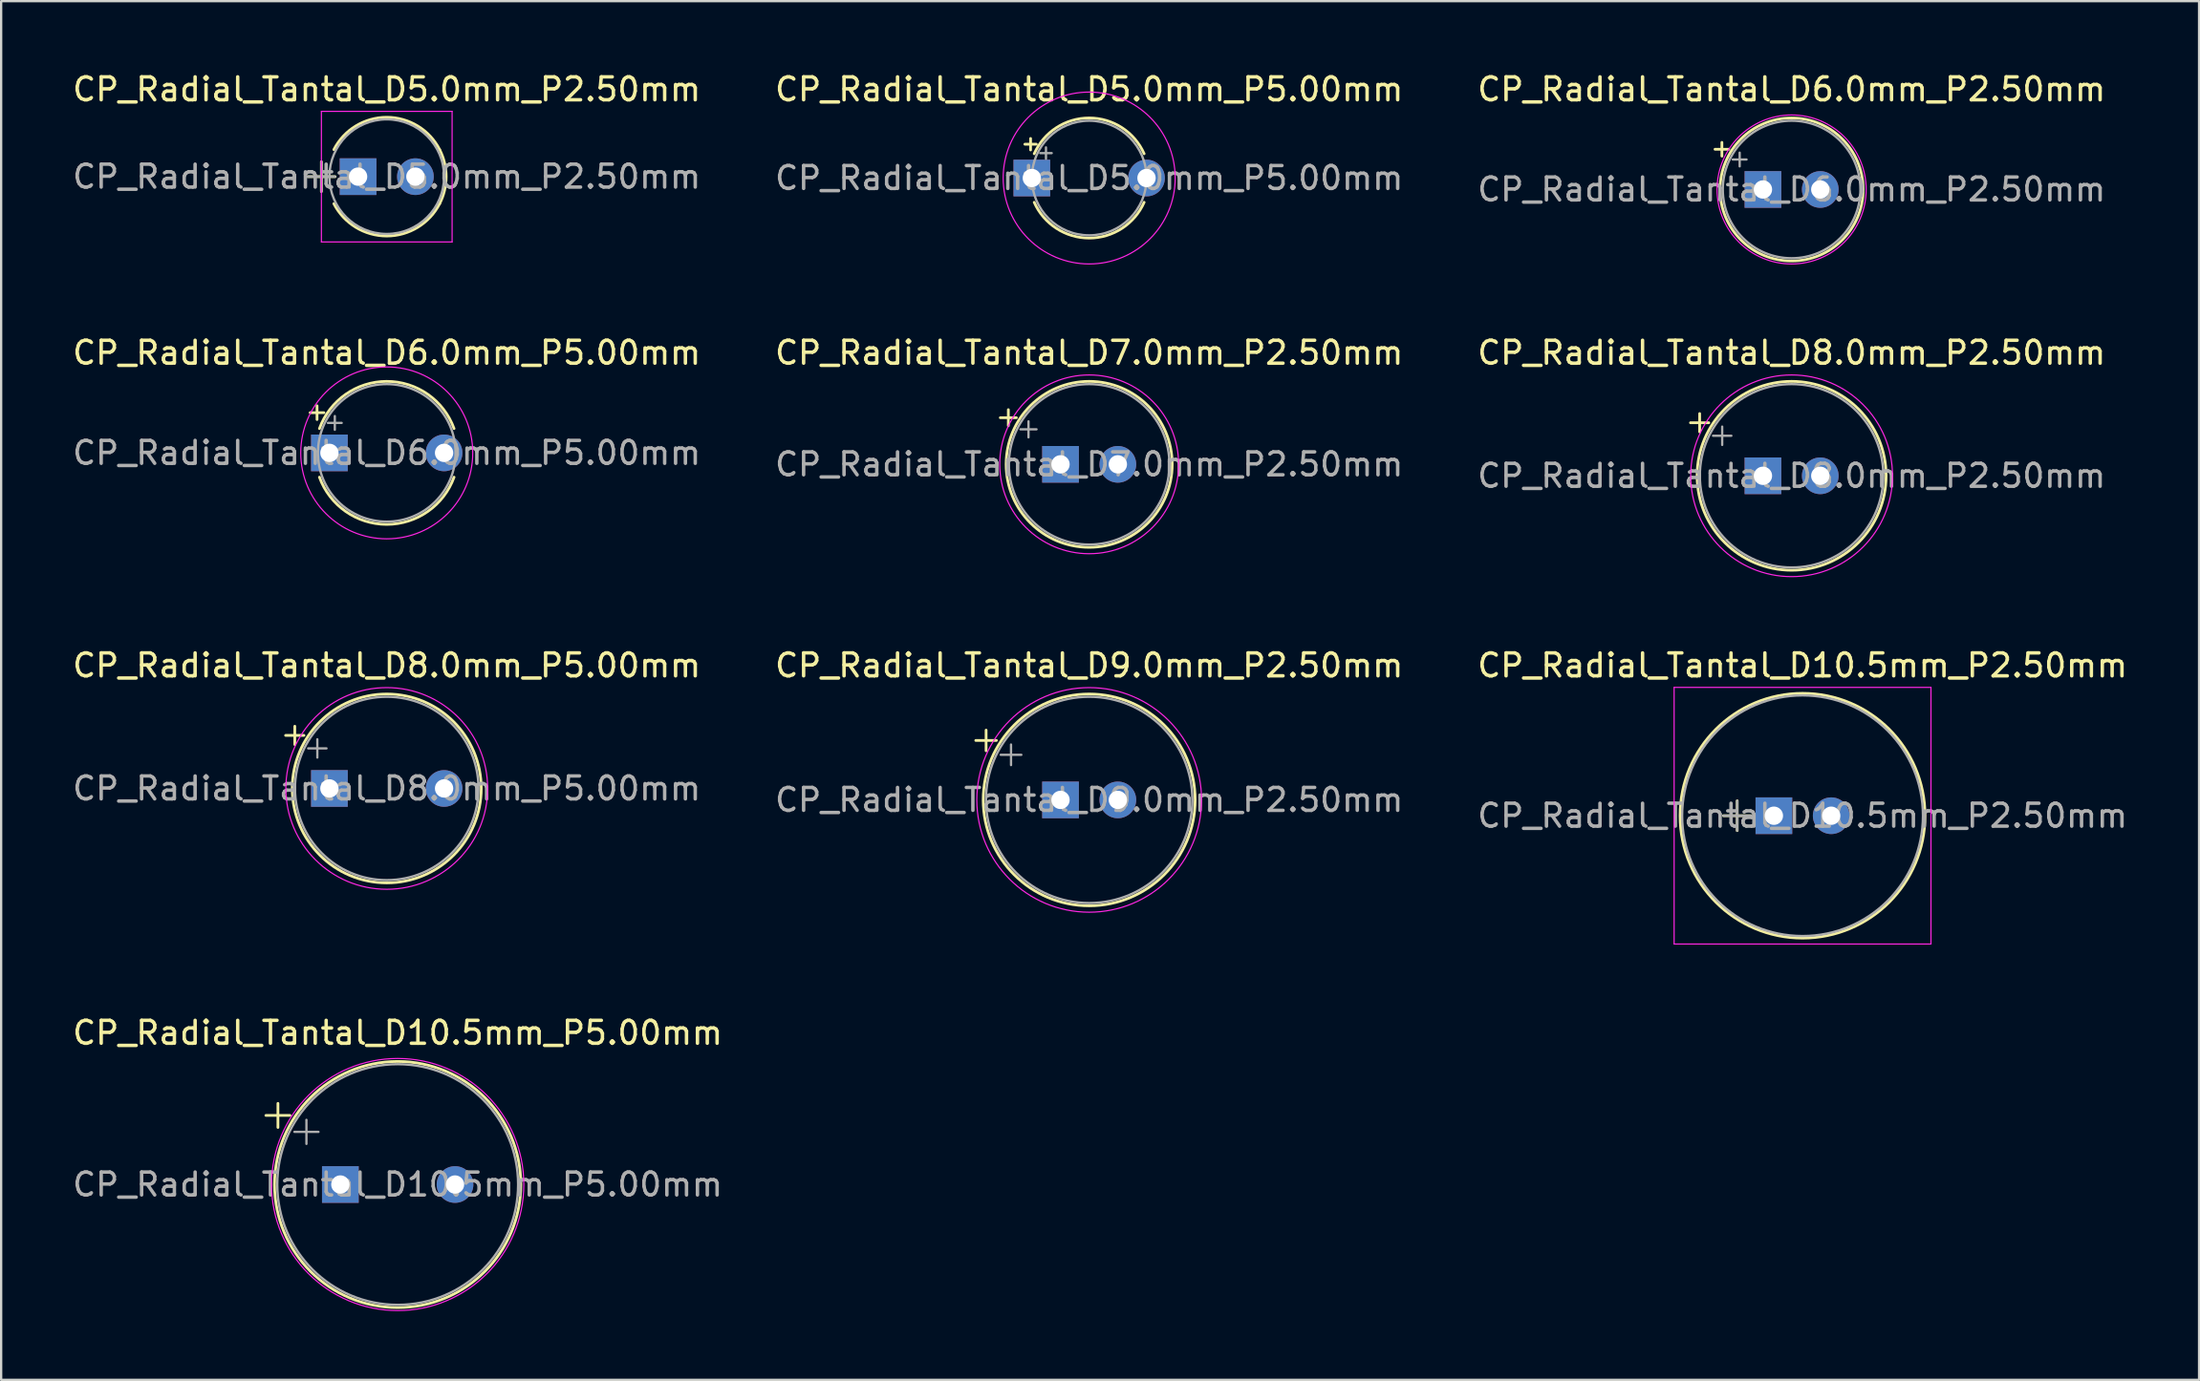
<source format=kicad_pcb>
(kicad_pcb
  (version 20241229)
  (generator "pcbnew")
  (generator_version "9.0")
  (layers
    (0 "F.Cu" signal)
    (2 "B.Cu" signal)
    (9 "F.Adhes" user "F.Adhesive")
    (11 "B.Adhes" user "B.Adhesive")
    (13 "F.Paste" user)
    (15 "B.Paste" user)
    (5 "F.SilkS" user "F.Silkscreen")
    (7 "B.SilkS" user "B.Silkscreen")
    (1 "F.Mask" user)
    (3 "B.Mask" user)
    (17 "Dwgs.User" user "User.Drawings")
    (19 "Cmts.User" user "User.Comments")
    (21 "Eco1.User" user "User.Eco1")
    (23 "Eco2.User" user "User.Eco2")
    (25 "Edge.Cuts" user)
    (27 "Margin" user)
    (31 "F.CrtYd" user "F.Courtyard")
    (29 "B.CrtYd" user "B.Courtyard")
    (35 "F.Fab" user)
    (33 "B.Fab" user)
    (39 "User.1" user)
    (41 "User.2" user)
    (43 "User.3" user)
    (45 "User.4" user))
  (footprint "CP_Radial_Tantal_D10.5mm_P2.50mm"
    (layer "F.Cu")
    (at 74.304 32.545)
    (property "Reference" "CP_Radial_Tantal_D10.5mm_P2.50mm" (at 1.25 -6.56 0) (layer "F.SilkS") (effects (font (size 1 1) (thickness 0.15))))
    (attr through_hole)
    (fp_line (start -2.2 0) (end -1 0) (stroke (width 0.12) (type solid)) (layer "F.SilkS"))
    (fp_line (start -1.6 -0.65) (end -1.6 0.65) (stroke (width 0.12) (type solid)) (layer "F.SilkS"))
    (fp_circle (center 1.25 0) (end 6.59 0) (stroke (width 0.12) (type solid)) (fill no) (layer "F.SilkS"))
    (fp_line (start -4.35 -5.6) (end -4.35 5.6) (stroke (width 0.05) (type solid)) (layer "F.CrtYd"))
    (fp_line (start -4.35 5.6) (end 6.85 5.6) (stroke (width 0.05) (type solid)) (layer "F.CrtYd"))
    (fp_line (start 6.85 -5.6) (end -4.35 -5.6) (stroke (width 0.05) (type solid)) (layer "F.CrtYd"))
    (fp_line (start 6.85 5.6) (end 6.85 -5.6) (stroke (width 0.05) (type solid)) (layer "F.CrtYd"))
    (fp_line (start -2.2 0) (end -1 0) (stroke (width 0.1) (type solid)) (layer "F.Fab"))
    (fp_line (start -1.6 -0.65) (end -1.6 0.65) (stroke (width 0.1) (type solid)) (layer "F.Fab"))
    (fp_circle (center 1.25 0) (end 6.5 0) (stroke (width 0.1) (type solid)) (fill no) (layer "F.Fab"))
    (fp_text user "${REFERENCE}" (at 1.25 0 0) (layer "F.Fab") (effects (font (size 1 1) (thickness 0.15))))
    (pad "1" thru_hole rect (at 0 0) (size 1.6 1.6) (drill 0.8) (layers "*.Cu" "*.Mask"))
    (pad "2" thru_hole circle (at 2.5 0) (size 1.6 1.6) (drill 0.8) (layers "*.Cu" "*.Mask")))
  (footprint "CP_Radial_Tantal_D10.5mm_P5.00mm"
    (layer "F.Cu")
    (at 11.792 48.638)
    (property "Reference" "CP_Radial_Tantal_D10.5mm_P5.00mm" (at 2.5 -6.62 0) (layer "F.SilkS") (effects (font (size 1 1) (thickness 0.15))))
    (attr through_hole)
    (fp_line (start -3.247 -3.015) (end -2.197 -3.015) (stroke (width 0.12) (type solid)) (layer "F.SilkS"))
    (fp_line (start -2.722 -3.54) (end -2.722 -2.49) (stroke (width 0.12) (type solid)) (layer "F.SilkS"))
    (fp_circle (center 2.5 0) (end 7.87 0) (stroke (width 0.12) (type solid)) (fill no) (layer "F.SilkS"))
    (fp_circle (center 2.5 0) (end 8 0) (stroke (width 0.05) (type solid)) (fill no) (layer "F.CrtYd"))
    (fp_line (start -2.004 -2.297) (end -0.954 -2.297) (stroke (width 0.1) (type solid)) (layer "F.Fab"))
    (fp_line (start -1.479 -2.822) (end -1.479 -1.772) (stroke (width 0.1) (type solid)) (layer "F.Fab"))
    (fp_circle (center 2.5 0) (end 7.75 0) (stroke (width 0.1) (type solid)) (fill no) (layer "F.Fab"))
    (fp_text user "${REFERENCE}" (at 2.5 0 0) (layer "F.Fab") (effects (font (size 1 1) (thickness 0.15))))
    (pad "1" thru_hole rect (at 0 0) (size 1.6 1.6) (drill 0.8) (layers "*.Cu" "*.Mask"))
    (pad "2" thru_hole circle (at 5 0) (size 1.6 1.6) (drill 0.8) (layers "*.Cu" "*.Mask")))
  (footprint "CP_Radial_Tantal_D6.0mm_P2.50mm"
    (layer "F.Cu")
    (at 73.827 5.218)
    (property "Reference" "CP_Radial_Tantal_D6.0mm_P2.50mm" (at 1.25 -4.37 0) (layer "F.SilkS") (effects (font (size 1 1) (thickness 0.15))))
    (attr through_hole)
    (fp_line (start -2.09 -1.755) (end -1.49 -1.755) (stroke (width 0.12) (type solid)) (layer "F.SilkS"))
    (fp_line (start -1.79 -2.055) (end -1.79 -1.455) (stroke (width 0.12) (type solid)) (layer "F.SilkS"))
    (fp_circle (center 1.25 0) (end 4.37 0) (stroke (width 0.12) (type solid)) (fill no) (layer "F.SilkS"))
    (fp_circle (center 1.25 0) (end 4.5 0) (stroke (width 0.05) (type solid)) (fill no) (layer "F.CrtYd"))
    (fp_line (start -1.315 -1.308) (end -0.715 -1.308) (stroke (width 0.1) (type solid)) (layer "F.Fab"))
    (fp_line (start -1.015 -1.607) (end -1.015 -1.008) (stroke (width 0.1) (type solid)) (layer "F.Fab"))
    (fp_circle (center 1.25 0) (end 4.25 0) (stroke (width 0.1) (type solid)) (fill no) (layer "F.Fab"))
    (fp_text user "${REFERENCE}" (at 1.25 0 0) (layer "F.Fab") (effects (font (size 1 1) (thickness 0.15))))
    (pad "1" thru_hole rect (at 0 0) (size 1.6 1.6) (drill 0.8) (layers "*.Cu" "*.Mask"))
    (pad "2" thru_hole circle (at 2.5 0) (size 1.6 1.6) (drill 0.8) (layers "*.Cu" "*.Mask")))
  (footprint "CP_Radial_Tantal_D6.0mm_P5.00mm"
    (layer "F.Cu")
    (at 11.315 16.712)
    (property "Reference" "CP_Radial_Tantal_D6.0mm_P5.00mm" (at 2.5 -4.37 0) (layer "F.SilkS") (effects (font (size 1 1) (thickness 0.15))))
    (attr through_hole)
    (fp_line (start -0.84 -1.755) (end -0.24 -1.755) (stroke (width 0.12) (type solid)) (layer "F.SilkS"))
    (fp_line (start -0.54 -2.055) (end -0.54 -1.455) (stroke (width 0.12) (type solid)) (layer "F.SilkS"))
    (fp_arc (start -0.434416 -1.06) (mid 2.5 -3.12) (end 5.434416 -1.06) (stroke (width 0.12) (type solid)) (layer "F.SilkS"))
    (fp_arc (start 5.434416 1.06) (mid 2.5 3.12) (end -0.434416 1.06) (stroke (width 0.12) (type solid)) (layer "F.SilkS"))
    (fp_circle (center 2.5 0) (end 6.25 0) (stroke (width 0.05) (type solid)) (fill no) (layer "F.CrtYd"))
    (fp_line (start -0.065 -1.308) (end 0.535 -1.308) (stroke (width 0.1) (type solid)) (layer "F.Fab"))
    (fp_line (start 0.235 -1.607) (end 0.235 -1.008) (stroke (width 0.1) (type solid)) (layer "F.Fab"))
    (fp_circle (center 2.5 0) (end 5.5 0) (stroke (width 0.1) (type solid)) (fill no) (layer "F.Fab"))
    (fp_text user "${REFERENCE}" (at 2.5 0 0) (layer "F.Fab") (effects (font (size 1 1) (thickness 0.15))))
    (pad "1" thru_hole rect (at 0 0) (size 1.6 1.6) (drill 0.8) (layers "*.Cu" "*.Mask"))
    (pad "2" thru_hole circle (at 5 0) (size 1.6 1.6) (drill 0.8) (layers "*.Cu" "*.Mask")))
  (footprint "CP_Radial_Tantal_D9.0mm_P2.50mm"
    (layer "F.Cu")
    (at 43.196 31.855)
    (property "Reference" "CP_Radial_Tantal_D9.0mm_P2.50mm" (at 1.25 -5.87 0) (layer "F.SilkS") (effects (font (size 1 1) (thickness 0.15))))
    (attr through_hole)
    (fp_line (start -3.695 -2.595) (end -2.795 -2.595) (stroke (width 0.12) (type solid)) (layer "F.SilkS"))
    (fp_line (start -3.245 -3.045) (end -3.245 -2.145) (stroke (width 0.12) (type solid)) (layer "F.SilkS"))
    (fp_circle (center 1.25 0) (end 5.87 0) (stroke (width 0.12) (type solid)) (fill no) (layer "F.SilkS"))
    (fp_circle (center 1.25 0) (end 6.15 0) (stroke (width 0.05) (type solid)) (fill no) (layer "F.CrtYd"))
    (fp_line (start -2.608 -1.968) (end -1.708 -1.968) (stroke (width 0.1) (type solid)) (layer "F.Fab"))
    (fp_line (start -2.158 -2.417) (end -2.158 -1.518) (stroke (width 0.1) (type solid)) (layer "F.Fab"))
    (fp_circle (center 1.25 0) (end 5.75 0) (stroke (width 0.1) (type solid)) (fill no) (layer "F.Fab"))
    (fp_text user "${REFERENCE}" (at 1.25 0 0) (layer "F.Fab") (effects (font (size 1 1) (thickness 0.15))))
    (pad "1" thru_hole rect (at 0 0) (size 1.6 1.6) (drill 0.8) (layers "*.Cu" "*.Mask"))
    (pad "2" thru_hole circle (at 2.5 0) (size 1.6 1.6) (drill 0.8) (layers "*.Cu" "*.Mask")))
  (footprint "CP_Radial_Tantal_D7.0mm_P2.50mm"
    (layer "F.Cu")
    (at 43.196 17.212)
    (property "Reference" "CP_Radial_Tantal_D7.0mm_P2.50mm" (at 1.25 -4.87 0) (layer "F.SilkS") (effects (font (size 1 1) (thickness 0.15))))
    (attr through_hole)
    (fp_line (start -2.625 -2.035) (end -1.925 -2.035) (stroke (width 0.12) (type solid)) (layer "F.SilkS"))
    (fp_line (start -2.275 -2.385) (end -2.275 -1.685) (stroke (width 0.12) (type solid)) (layer "F.SilkS"))
    (fp_circle (center 1.25 0) (end 4.87 0) (stroke (width 0.12) (type solid)) (fill no) (layer "F.SilkS"))
    (fp_circle (center 1.25 0) (end 5.15 0) (stroke (width 0.05) (type solid)) (fill no) (layer "F.CrtYd"))
    (fp_line (start -1.746 -1.528) (end -1.046 -1.528) (stroke (width 0.1) (type solid)) (layer "F.Fab"))
    (fp_line (start -1.396 -1.877) (end -1.396 -1.177) (stroke (width 0.1) (type solid)) (layer "F.Fab"))
    (fp_circle (center 1.25 0) (end 4.75 0) (stroke (width 0.1) (type solid)) (fill no) (layer "F.Fab"))
    (fp_text user "${REFERENCE}" (at 1.25 0 0) (layer "F.Fab") (effects (font (size 1 1) (thickness 0.15))))
    (pad "1" thru_hole rect (at 0 0) (size 1.6 1.6) (drill 0.8) (layers "*.Cu" "*.Mask"))
    (pad "2" thru_hole circle (at 2.5 0) (size 1.6 1.6) (drill 0.8) (layers "*.Cu" "*.Mask")))
  (footprint "CP_Radial_Tantal_D5.0mm_P5.00mm"
    (layer "F.Cu")
    (at 41.946 4.718)
    (property "Reference" "CP_Radial_Tantal_D5.0mm_P5.00mm" (at 2.5 -3.87 0) (layer "F.SilkS") (effects (font (size 1 1) (thickness 0.15))))
    (attr through_hole)
    (fp_line (start -0.305 -1.475) (end 0.195 -1.475) (stroke (width 0.12) (type solid)) (layer "F.SilkS"))
    (fp_line (start -0.055 -1.725) (end -0.055 -1.225) (stroke (width 0.12) (type solid)) (layer "F.SilkS"))
    (fp_arc (start 0.104003 -1.06) (mid 2.5 -2.62) (end 4.895997 -1.06) (stroke (width 0.12) (type solid)) (layer "F.SilkS"))
    (fp_arc (start 4.895997 1.06) (mid 2.5 2.62) (end 0.104003 1.06) (stroke (width 0.12) (type solid)) (layer "F.SilkS"))
    (fp_circle (center 2.5 0) (end 6.25 0) (stroke (width 0.05) (type solid)) (fill no) (layer "F.CrtYd"))
    (fp_line (start 0.366 -1.087) (end 0.866 -1.087) (stroke (width 0.1) (type solid)) (layer "F.Fab"))
    (fp_line (start 0.616 -1.337) (end 0.616 -0.838) (stroke (width 0.1) (type solid)) (layer "F.Fab"))
    (fp_circle (center 2.5 0) (end 5 0) (stroke (width 0.1) (type solid)) (fill no) (layer "F.Fab"))
    (fp_text user "${REFERENCE}" (at 2.5 0 0) (layer "F.Fab") (effects (font (size 1 1) (thickness 0.15))))
    (pad "1" thru_hole rect (at 0 0) (size 1.6 1.6) (drill 0.8) (layers "*.Cu" "*.Mask"))
    (pad "2" thru_hole circle (at 5 0) (size 1.6 1.6) (drill 0.8) (layers "*.Cu" "*.Mask")))
  (footprint "CP_Radial_Tantal_D5.0mm_P2.50mm"
    (layer "F.Cu")
    (at 12.565 4.658)
    (property "Reference" "CP_Radial_Tantal_D5.0mm_P2.50mm" (at 1.25 -3.81 0) (layer "F.SilkS") (effects (font (size 1 1) (thickness 0.15))))
    (attr through_hole)
    (fp_line (start -2.2 0) (end -1 0) (stroke (width 0.12) (type solid)) (layer "F.SilkS"))
    (fp_line (start -1.6 -0.65) (end -1.6 0.65) (stroke (width 0.12) (type solid)) (layer "F.SilkS"))
    (fp_arc (start -1.05558 -1.18) (mid 1.250156 -2.59) (end 3.555722 -1.179722) (stroke (width 0.12) (type solid)) (layer "F.SilkS"))
    (fp_arc (start 3.55558 -1.18) (mid 3.84 -0.000156) (end 3.555722 1.179722) (stroke (width 0.12) (type solid)) (layer "F.SilkS"))
    (fp_arc (start 3.555722 1.179722) (mid 1.250156 2.59) (end -1.05558 1.18) (stroke (width 0.12) (type solid)) (layer "F.SilkS"))
    (fp_line (start -1.6 -2.85) (end -1.6 2.85) (stroke (width 0.05) (type solid)) (layer "F.CrtYd"))
    (fp_line (start -1.6 2.85) (end 4.1 2.85) (stroke (width 0.05) (type solid)) (layer "F.CrtYd"))
    (fp_line (start 4.1 -2.85) (end -1.6 -2.85) (stroke (width 0.05) (type solid)) (layer "F.CrtYd"))
    (fp_line (start 4.1 2.85) (end 4.1 -2.85) (stroke (width 0.05) (type solid)) (layer "F.CrtYd"))
    (fp_line (start -2.2 0) (end -1 0) (stroke (width 0.1) (type solid)) (layer "F.Fab"))
    (fp_line (start -1.6 -0.65) (end -1.6 0.65) (stroke (width 0.1) (type solid)) (layer "F.Fab"))
    (fp_circle (center 1.25 0) (end 3.75 0) (stroke (width 0.1) (type solid)) (fill no) (layer "F.Fab"))
    (fp_text user "${REFERENCE}" (at 1.25 0 0) (layer "F.Fab") (effects (font (size 1 1) (thickness 0.15))))
    (pad "1" thru_hole rect (at 0 0) (size 1.6 1.6) (drill 0.8) (layers "*.Cu" "*.Mask"))
    (pad "2" thru_hole circle (at 2.5 0) (size 1.6 1.6) (drill 0.8) (layers "*.Cu" "*.Mask")))
  (footprint "CP_Radial_Tantal_D8.0mm_P5.00mm"
    (layer "F.Cu")
    (at 11.315 31.355)
    (property "Reference" "CP_Radial_Tantal_D8.0mm_P5.00mm" (at 2.5 -5.37 0) (layer "F.SilkS") (effects (font (size 1 1) (thickness 0.15))))
    (attr through_hole)
    (fp_line (start -1.91 -2.315) (end -1.11 -2.315) (stroke (width 0.12) (type solid)) (layer "F.SilkS"))
    (fp_line (start -1.51 -2.715) (end -1.51 -1.915) (stroke (width 0.12) (type solid)) (layer "F.SilkS"))
    (fp_circle (center 2.5 0) (end 6.62 0) (stroke (width 0.12) (type solid)) (fill no) (layer "F.SilkS"))
    (fp_circle (center 2.5 0) (end 6.9 0) (stroke (width 0.05) (type solid)) (fill no) (layer "F.CrtYd"))
    (fp_line (start -0.927 -1.748) (end -0.127 -1.748) (stroke (width 0.1) (type solid)) (layer "F.Fab"))
    (fp_line (start -0.527 -2.147) (end -0.527 -1.347) (stroke (width 0.1) (type solid)) (layer "F.Fab"))
    (fp_circle (center 2.5 0) (end 6.5 0) (stroke (width 0.1) (type solid)) (fill no) (layer "F.Fab"))
    (fp_text user "${REFERENCE}" (at 2.5 0 0) (layer "F.Fab") (effects (font (size 1 1) (thickness 0.15))))
    (pad "1" thru_hole rect (at 0 0) (size 1.6 1.6) (drill 0.8) (layers "*.Cu" "*.Mask"))
    (pad "2" thru_hole circle (at 5 0) (size 1.6 1.6) (drill 0.8) (layers "*.Cu" "*.Mask")))
  (footprint "CP_Radial_Tantal_D8.0mm_P2.50mm"
    (layer "F.Cu")
    (at 73.827 17.712)
    (property "Reference" "CP_Radial_Tantal_D8.0mm_P2.50mm" (at 1.25 -5.37 0) (layer "F.SilkS") (effects (font (size 1 1) (thickness 0.15))))
    (attr through_hole)
    (fp_line (start -3.16 -2.315) (end -2.36 -2.315) (stroke (width 0.12) (type solid)) (layer "F.SilkS"))
    (fp_line (start -2.76 -2.715) (end -2.76 -1.915) (stroke (width 0.12) (type solid)) (layer "F.SilkS"))
    (fp_circle (center 1.25 0) (end 5.37 0) (stroke (width 0.12) (type solid)) (fill no) (layer "F.SilkS"))
    (fp_circle (center 1.25 0) (end 5.65 0) (stroke (width 0.05) (type solid)) (fill no) (layer "F.CrtYd"))
    (fp_line (start -2.177 -1.748) (end -1.377 -1.748) (stroke (width 0.1) (type solid)) (layer "F.Fab"))
    (fp_line (start -1.777 -2.147) (end -1.777 -1.347) (stroke (width 0.1) (type solid)) (layer "F.Fab"))
    (fp_circle (center 1.25 0) (end 5.25 0) (stroke (width 0.1) (type solid)) (fill no) (layer "F.Fab"))
    (fp_text user "${REFERENCE}" (at 1.25 0 0) (layer "F.Fab") (effects (font (size 1 1) (thickness 0.15))))
    (pad "1" thru_hole rect (at 0 0) (size 1.6 1.6) (drill 0.8) (layers "*.Cu" "*.Mask"))
    (pad "2" thru_hole circle (at 2.5 0) (size 1.6 1.6) (drill 0.8) (layers "*.Cu" "*.Mask")))
  (gr_rect
    (start -3 -3)
    (end 92.845 57.163)
    (stroke (width 0.1) (type default))
    (fill no)
    (layer "Edge.Cuts")))
</source>
